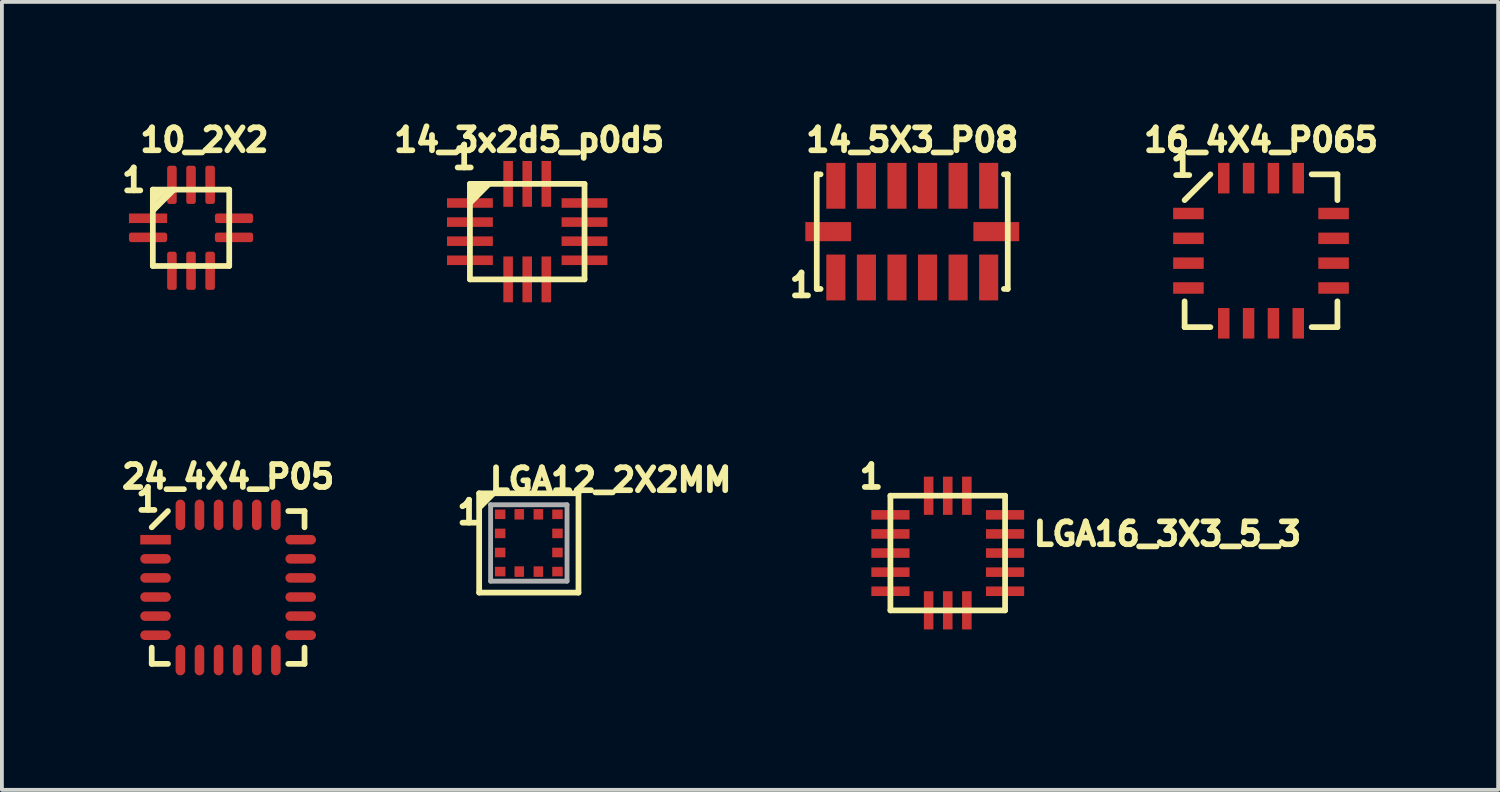
<source format=kicad_pcb>
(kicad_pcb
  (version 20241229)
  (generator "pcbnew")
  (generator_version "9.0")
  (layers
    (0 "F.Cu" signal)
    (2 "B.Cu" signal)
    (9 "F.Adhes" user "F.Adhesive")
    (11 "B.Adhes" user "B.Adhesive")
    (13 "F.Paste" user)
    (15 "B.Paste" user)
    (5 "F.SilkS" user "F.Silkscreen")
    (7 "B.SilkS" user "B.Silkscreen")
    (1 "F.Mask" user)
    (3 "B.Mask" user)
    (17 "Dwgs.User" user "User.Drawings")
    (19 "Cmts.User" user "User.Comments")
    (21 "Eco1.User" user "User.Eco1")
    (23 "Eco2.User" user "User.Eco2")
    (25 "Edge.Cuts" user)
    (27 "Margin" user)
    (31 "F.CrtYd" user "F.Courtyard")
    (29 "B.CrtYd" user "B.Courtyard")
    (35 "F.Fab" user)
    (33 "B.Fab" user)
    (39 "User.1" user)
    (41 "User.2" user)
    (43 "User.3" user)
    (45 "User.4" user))
  (footprint "16_4X4_P065"
    (layer "F.Cu")
    (at 29.962 3.514)
    (property "Reference" "16_4X4_P065" (at 0 -2.9 0) (layer "F.SilkS") (effects (font (size 0.6 0.6) (thickness 0.15))))
    (attr smd)
    (fp_line (start -2 -1.325) (end -1.325 -2) (stroke (width 0.15) (type solid)) (layer "F.SilkS"))
    (fp_line (start -2 2) (end -2 1.325) (stroke (width 0.15) (type solid)) (layer "F.SilkS"))
    (fp_line (start -2 2) (end -1.325 2) (stroke (width 0.15) (type solid)) (layer "F.SilkS"))
    (fp_line (start 2 -2) (end 1.325 -2) (stroke (width 0.15) (type solid)) (layer "F.SilkS"))
    (fp_line (start 2 -2) (end 2 -1.325) (stroke (width 0.15) (type solid)) (layer "F.SilkS"))
    (fp_line (start 2 2) (end 1.325 2) (stroke (width 0.15) (type solid)) (layer "F.SilkS"))
    (fp_line (start 2 2) (end 2 1.325) (stroke (width 0.15) (type solid)) (layer "F.SilkS"))
    (fp_text user "1" (at -2.05 -2.25 0) (layer "F.SilkS") (effects (font (size 0.6 0.6) (thickness 0.15))))
    (pad "1" smd rect (at -1.9 -0.975) (size 0.8 0.3) (layers "F.Cu" "F.Mask" "F.Paste"))
    (pad "2" smd rect (at -1.9 -0.325) (size 0.8 0.3) (layers "F.Cu" "F.Mask" "F.Paste"))
    (pad "3" smd rect (at -1.9 0.325) (size 0.8 0.3) (layers "F.Cu" "F.Mask" "F.Paste"))
    (pad "4" smd rect (at -1.9 0.975) (size 0.8 0.3) (layers "F.Cu" "F.Mask" "F.Paste"))
    (pad "5" smd rect (at -0.975 1.9 90) (size 0.8 0.3) (layers "F.Cu" "F.Mask" "F.Paste"))
    (pad "6" smd rect (at -0.325 1.9 90) (size 0.8 0.3) (layers "F.Cu" "F.Mask" "F.Paste"))
    (pad "7" smd rect (at 0.325 1.9 90) (size 0.8 0.3) (layers "F.Cu" "F.Mask" "F.Paste"))
    (pad "8" smd rect (at 0.975 1.9 90) (size 0.8 0.3) (layers "F.Cu" "F.Mask" "F.Paste"))
    (pad "9" smd rect (at 1.9 0.975) (size 0.8 0.3) (layers "F.Cu" "F.Mask" "F.Paste"))
    (pad "10" smd rect (at 1.9 0.325) (size 0.8 0.3) (layers "F.Cu" "F.Mask" "F.Paste"))
    (pad "11" smd rect (at 1.9 -0.325) (size 0.8 0.3) (layers "F.Cu" "F.Mask" "F.Paste"))
    (pad "12" smd rect (at 1.9 -0.975) (size 0.8 0.3) (layers "F.Cu" "F.Mask" "F.Paste"))
    (pad "13" smd rect (at 0.975 -1.9 90) (size 0.8 0.3) (layers "F.Cu" "F.Mask" "F.Paste"))
    (pad "14" smd rect (at 0.325 -1.9 90) (size 0.8 0.3) (layers "F.Cu" "F.Mask" "F.Paste"))
    (pad "15" smd rect (at -0.325 -1.9 90) (size 0.8 0.3) (layers "F.Cu" "F.Mask" "F.Paste"))
    (pad "16" smd rect (at -0.975 -1.9 90) (size 0.8 0.3) (layers "F.Cu" "F.Mask" "F.Paste")))
  (footprint "10_2X2"
    (layer "F.Cu")
    (at 1.951 2.914)
    (property "Reference" "10_2X2" (at 0.35 -2.3 0) (layer "F.SilkS") (effects (font (size 0.6 0.6) (thickness 0.15))))
    (attr smd)
    (fp_line (start -1 -1) (end 1 -1) (stroke (width 0.15) (type solid)) (layer "F.SilkS"))
    (fp_line (start -1 -0.7) (end -0.75 -0.95) (stroke (width 0.15) (type solid)) (layer "F.SilkS"))
    (fp_line (start -1 -0.5) (end -0.5 -1) (stroke (width 0.15) (type solid)) (layer "F.SilkS"))
    (fp_line (start -1 -0.45) (end -0.55 -0.95) (stroke (width 0.15) (type solid)) (layer "F.SilkS"))
    (fp_line (start -1 -0.45) (end -0.45 -1) (stroke (width 0.15) (type solid)) (layer "F.SilkS"))
    (fp_line (start -1 1) (end -1 -1) (stroke (width 0.15) (type solid)) (layer "F.SilkS"))
    (fp_line (start -0.75 -0.95) (end -0.95 -0.9) (stroke (width 0.15) (type solid)) (layer "F.SilkS"))
    (fp_line (start 1 -1) (end 1 1) (stroke (width 0.15) (type solid)) (layer "F.SilkS"))
    (fp_line (start 1 1) (end -1 1) (stroke (width 0.15) (type solid)) (layer "F.SilkS"))
    (fp_text user "1" (at -1.5 -1.25 0) (layer "F.SilkS") (effects (font (size 0.6 0.6) (thickness 0.15))))
    (pad "1" smd rect (at -1.125 -0.25 90) (size 0.25 1) (layers "F.Cu" "F.Mask" "F.Paste"))
    (pad "2" smd roundrect (at -1.125 0.25 90) (size 0.25 1) (layers "F.Cu" "F.Mask" "F.Paste") (roundrect_rratio 0.25))
    (pad "3" smd roundrect (at -0.5 1.125) (size 0.25 1) (layers "F.Cu" "F.Mask" "F.Paste") (roundrect_rratio 0.25))
    (pad "4" smd roundrect (at 0 1.125) (size 0.25 1) (layers "F.Cu" "F.Mask" "F.Paste") (roundrect_rratio 0.25))
    (pad "5" smd roundrect (at 0.5 1.125) (size 0.25 1) (layers "F.Cu" "F.Mask" "F.Paste") (roundrect_rratio 0.25))
    (pad "6" smd roundrect (at 1.125 0.25 90) (size 0.25 1) (layers "F.Cu" "F.Mask" "F.Paste") (roundrect_rratio 0.25))
    (pad "7" smd roundrect (at 1.125 -0.25 90) (size 0.25 1) (layers "F.Cu" "F.Mask" "F.Paste") (roundrect_rratio 0.25))
    (pad "8" smd roundrect (at 0.5 -1.125) (size 0.25 1) (layers "F.Cu" "F.Mask" "F.Paste") (roundrect_rratio 0.25))
    (pad "9" smd roundrect (at 0 -1.125) (size 0.25 1) (layers "F.Cu" "F.Mask" "F.Paste") (roundrect_rratio 0.25))
    (pad "10" smd roundrect (at -0.5 -1.125) (size 0.25 1) (layers "F.Cu" "F.Mask" "F.Paste") (roundrect_rratio 0.25)))
  (footprint "14_3x2d5_p0d5"
    (layer "F.Cu")
    (at 10.752 3.014)
    (property "Reference" "14_3x2d5_p0d5" (at 0.05 -2.4 0) (layer "F.SilkS") (effects (font (size 0.6 0.6) (thickness 0.15))))
    (attr through_hole)
    (fp_line (start -1.5 -1.25) (end 1.5 -1.25) (stroke (width 0.15) (type solid)) (layer "F.SilkS"))
    (fp_line (start -1.5 -0.9) (end -1.1 -1.25) (stroke (width 0.15) (type solid)) (layer "F.SilkS"))
    (fp_line (start -1.5 -0.75) (end -1 -1.25) (stroke (width 0.15) (type solid)) (layer "F.SilkS"))
    (fp_line (start -1.5 1.25) (end -1.5 -1.25) (stroke (width 0.15) (type solid)) (layer "F.SilkS"))
    (fp_line (start -1.1 -1.25) (end -1.45 -1.1) (stroke (width 0.15) (type solid)) (layer "F.SilkS"))
    (fp_line (start 1.5 -1.25) (end 1.5 1.25) (stroke (width 0.15) (type solid)) (layer "F.SilkS"))
    (fp_line (start 1.5 1.25) (end -1.5 1.25) (stroke (width 0.15) (type solid)) (layer "F.SilkS"))
    (fp_text user "1" (at -1.65 -1.95 0) (layer "F.SilkS") (effects (font (size 0.6 0.6) (thickness 0.15))))
    (pad "1" smd rect (at -1.5 -0.75) (size 1.2 0.25) (layers "F.Cu" "F.Mask" "F.Paste"))
    (pad "2" smd rect (at -1.5 -0.25) (size 1.2 0.25) (layers "F.Cu" "F.Mask" "F.Paste"))
    (pad "3" smd rect (at -1.5 0.25) (size 1.2 0.25) (layers "F.Cu" "F.Mask" "F.Paste"))
    (pad "4" smd rect (at -1.5 0.75) (size 1.2 0.25) (layers "F.Cu" "F.Mask" "F.Paste"))
    (pad "5" smd rect (at -0.5 1.25 90) (size 1.2 0.25) (layers "F.Cu" "F.Mask" "F.Paste"))
    (pad "6" smd rect (at 0 1.25 90) (size 1.2 0.25) (layers "F.Cu" "F.Mask" "F.Paste"))
    (pad "7" smd rect (at 0.5 1.25 90) (size 1.2 0.25) (layers "F.Cu" "F.Mask" "F.Paste"))
    (pad "8" smd rect (at 1.5 0.75) (size 1.2 0.25) (layers "F.Cu" "F.Mask" "F.Paste"))
    (pad "9" smd rect (at 1.5 0.25) (size 1.2 0.25) (layers "F.Cu" "F.Mask" "F.Paste"))
    (pad "10" smd rect (at 1.5 -0.25) (size 1.2 0.25) (layers "F.Cu" "F.Mask" "F.Paste"))
    (pad "11" smd rect (at 1.5 -0.75) (size 1.2 0.25) (layers "F.Cu" "F.Mask" "F.Paste"))
    (pad "12" smd rect (at 0.5 -1.25 90) (size 1.2 0.25) (layers "F.Cu" "F.Mask" "F.Paste"))
    (pad "13" smd rect (at 0 -1.25 90) (size 1.2 0.25) (layers "F.Cu" "F.Mask" "F.Paste"))
    (pad "14" smd rect (at -0.5 -1.25 90) (size 1.2 0.25) (layers "F.Cu" "F.Mask" "F.Paste")))
  (footprint "14_5X3_P08"
    (layer "F.Cu")
    (at 20.832 3.014)
    (property "Reference" "14_5X3_P08" (at 0 -2.4 0) (layer "F.SilkS") (effects (font (size 0.6 0.6) (thickness 0.15))))
    (attr smd)
    (fp_line (start -2.5 -1.5) (end -2.5 1.5) (stroke (width 0.15) (type solid)) (layer "F.SilkS"))
    (fp_line (start -2.5 -1.5) (end -2.4 -1.5) (stroke (width 0.15) (type solid)) (layer "F.SilkS"))
    (fp_line (start -2.5 1.5) (end -2.4 1.5) (stroke (width 0.15) (type solid)) (layer "F.SilkS"))
    (fp_line (start 2.5 -1.5) (end 2.4 -1.5) (stroke (width 0.15) (type solid)) (layer "F.SilkS"))
    (fp_line (start 2.5 -1.5) (end 2.5 1.5) (stroke (width 0.15) (type solid)) (layer "F.SilkS"))
    (fp_line (start 2.5 1.5) (end 2.4 1.5) (stroke (width 0.15) (type solid)) (layer "F.SilkS"))
    (fp_text user "1" (at -2.9 1.4 0) (layer "F.SilkS") (effects (font (size 0.6 0.6) (thickness 0.15))))
    (pad "1" smd rect (at -2 1.2) (size 0.5 1.2) (layers "F.Cu" "F.Mask" "F.Paste"))
    (pad "2" smd rect (at -1.2 1.2) (size 0.5 1.2) (layers "F.Cu" "F.Mask" "F.Paste"))
    (pad "3" smd rect (at -0.4 1.2) (size 0.5 1.2) (layers "F.Cu" "F.Mask" "F.Paste"))
    (pad "4" smd rect (at 0.4 1.2) (size 0.5 1.2) (layers "F.Cu" "F.Mask" "F.Paste"))
    (pad "5" smd rect (at 1.2 1.2) (size 0.5 1.2) (layers "F.Cu" "F.Mask" "F.Paste"))
    (pad "6" smd rect (at 2 1.2) (size 0.5 1.2) (layers "F.Cu" "F.Mask" "F.Paste"))
    (pad "7" smd rect (at 2.2 0 90) (size 0.5 1.2) (layers "F.Cu" "F.Mask" "F.Paste"))
    (pad "8" smd rect (at 2 -1.2) (size 0.5 1.2) (layers "F.Cu" "F.Mask" "F.Paste"))
    (pad "9" smd rect (at 1.2 -1.2) (size 0.5 1.2) (layers "F.Cu" "F.Mask" "F.Paste"))
    (pad "10" smd rect (at 0.4 -1.2) (size 0.5 1.2) (layers "F.Cu" "F.Mask" "F.Paste"))
    (pad "11" smd rect (at -0.4 -1.2) (size 0.5 1.2) (layers "F.Cu" "F.Mask" "F.Paste"))
    (pad "12" smd rect (at -1.2 -1.2) (size 0.5 1.2) (layers "F.Cu" "F.Mask" "F.Paste"))
    (pad "13" smd rect (at -2 -1.2) (size 0.5 1.2) (layers "F.Cu" "F.Mask" "F.Paste"))
    (pad "14" smd rect (at -2.2 0 90) (size 0.5 1.2) (layers "F.Cu" "F.Mask" "F.Paste")))
  (footprint "LGA12_2X2MM"
    (layer "F.Cu")
    (at 10.794 11.164)
    (property "Reference" "LGA12_2X2MM" (at -1.1 -1.3 0) (unlocked yes) (layer "F.SilkS") (effects (font (size 0.6 0.6) (thickness 0.15)) (justify left bottom)))
    (fp_line (start -1.3 -1.3) (end 1.3 -1.3) (stroke (width 0.15) (type solid)) (layer "F.SilkS"))
    (fp_line (start -1.3 1.3) (end -1.3 -1.3) (stroke (width 0.15) (type solid)) (layer "F.SilkS"))
    (fp_line (start 1.3 -1.3) (end 1.3 1.3) (stroke (width 0.15) (type solid)) (layer "F.SilkS"))
    (fp_line (start 1.3 1.3) (end -1.3 1.3) (stroke (width 0.15) (type solid)) (layer "F.SilkS"))
    (fp_poly (pts (xy -1.3 -1.3) (xy -0.9 -1.3) (xy -1.3 -0.9)) (stroke (width 0.12) (type solid)) (fill yes) (layer "F.SilkS"))
    (fp_line (start -1 -1) (end 1 -1) (stroke (width 0.127) (type solid)) (layer "F.Fab"))
    (fp_line (start -1 1) (end -1 -1) (stroke (width 0.127) (type solid)) (layer "F.Fab"))
    (fp_line (start 1 -1) (end 1 1) (stroke (width 0.127) (type solid)) (layer "F.Fab"))
    (fp_line (start 1 1) (end -1 1) (stroke (width 0.127) (type solid)) (layer "F.Fab"))
    (fp_text user "1" (at -1.95 -0.45 0) (unlocked yes) (layer "F.SilkS") (effects (font (size 0.6 0.6) (thickness 0.15)) (justify left bottom)))
    (pad "1" smd rect (at -0.75 -0.75) (size 0.275 0.25) (layers "F.Cu" "F.Mask" "F.Paste"))
    (pad "2" smd rect (at -0.75 -0.25) (size 0.275 0.25) (layers "F.Cu" "F.Mask" "F.Paste"))
    (pad "3" smd rect (at -0.75 0.25) (size 0.275 0.25) (layers "F.Cu" "F.Mask" "F.Paste"))
    (pad "4" smd rect (at -0.75 0.75) (size 0.275 0.25) (layers "F.Cu" "F.Mask" "F.Paste"))
    (pad "5" smd rect (at -0.25 0.75 90) (size 0.275 0.25) (layers "F.Cu" "F.Mask" "F.Paste"))
    (pad "6" smd rect (at 0.25 0.75 90) (size 0.275 0.25) (layers "F.Cu" "F.Mask" "F.Paste"))
    (pad "7" smd rect (at 0.75 0.75 180) (size 0.275 0.25) (layers "F.Cu" "F.Mask" "F.Paste"))
    (pad "8" smd rect (at 0.75 0.25 180) (size 0.275 0.25) (layers "F.Cu" "F.Mask" "F.Paste"))
    (pad "9" smd rect (at 0.75 -0.25 180) (size 0.275 0.25) (layers "F.Cu" "F.Mask" "F.Paste"))
    (pad "10" smd rect (at 0.75 -0.75 180) (size 0.275 0.25) (layers "F.Cu" "F.Mask" "F.Paste"))
    (pad "11" smd rect (at 0.25 -0.75 270) (size 0.275 0.25) (layers "F.Cu" "F.Mask" "F.Paste"))
    (pad "12" smd rect (at -0.25 -0.75 270) (size 0.275 0.25) (layers "F.Cu" "F.Mask" "F.Paste")))
  (footprint "24_4X4_P05"
    (layer "F.Cu")
    (at 2.922 12.329)
    (property "Reference" "24_4X4_P05" (at 0 -2.9 0) (layer "F.SilkS") (effects (font (size 0.6 0.6) (thickness 0.15))))
    (attr smd)
    (fp_line (start -2 -1.575) (end -1.575 -2) (stroke (width 0.15) (type solid)) (layer "F.SilkS"))
    (fp_line (start -2 2) (end -2 1.575) (stroke (width 0.15) (type solid)) (layer "F.SilkS"))
    (fp_line (start -2 2) (end -1.575 2) (stroke (width 0.15) (type solid)) (layer "F.SilkS"))
    (fp_line (start 2 -2) (end 1.575 -2) (stroke (width 0.15) (type solid)) (layer "F.SilkS"))
    (fp_line (start 2 -2) (end 2 -1.575) (stroke (width 0.15) (type solid)) (layer "F.SilkS"))
    (fp_line (start 2 2) (end 1.575 2) (stroke (width 0.15) (type solid)) (layer "F.SilkS"))
    (fp_line (start 2 2) (end 2 1.575) (stroke (width 0.15) (type solid)) (layer "F.SilkS"))
    (fp_text user "1" (at -2.1 -2.3 0) (layer "F.SilkS") (effects (font (size 0.6 0.6) (thickness 0.15))))
    (pad "1" smd rect (at -1.9 -1.25) (size 0.8 0.25) (layers "F.Cu" "F.Mask" "F.Paste"))
    (pad "2" smd oval (at -1.9 -0.75) (size 0.8 0.25) (layers "F.Cu" "F.Mask" "F.Paste"))
    (pad "3" smd oval (at -1.9 -0.25) (size 0.8 0.25) (layers "F.Cu" "F.Mask" "F.Paste"))
    (pad "4" smd oval (at -1.9 0.25) (size 0.8 0.25) (layers "F.Cu" "F.Mask" "F.Paste"))
    (pad "5" smd oval (at -1.9 0.75) (size 0.8 0.25) (layers "F.Cu" "F.Mask" "F.Paste"))
    (pad "6" smd oval (at -1.9 1.25) (size 0.8 0.25) (layers "F.Cu" "F.Mask" "F.Paste"))
    (pad "7" smd oval (at -1.25 1.9 90) (size 0.8 0.25) (layers "F.Cu" "F.Mask" "F.Paste"))
    (pad "8" smd oval (at -0.75 1.9 90) (size 0.8 0.25) (layers "F.Cu" "F.Mask" "F.Paste"))
    (pad "9" smd oval (at -0.25 1.9 90) (size 0.8 0.25) (layers "F.Cu" "F.Mask" "F.Paste"))
    (pad "10" smd oval (at 0.25 1.9 90) (size 0.8 0.25) (layers "F.Cu" "F.Mask" "F.Paste"))
    (pad "11" smd oval (at 0.75 1.9 90) (size 0.8 0.25) (layers "F.Cu" "F.Mask" "F.Paste"))
    (pad "12" smd oval (at 1.25 1.9 90) (size 0.8 0.25) (layers "F.Cu" "F.Mask" "F.Paste"))
    (pad "13" smd oval (at 1.9 1.25) (size 0.8 0.25) (layers "F.Cu" "F.Mask" "F.Paste"))
    (pad "14" smd oval (at 1.9 0.75) (size 0.8 0.25) (layers "F.Cu" "F.Mask" "F.Paste"))
    (pad "15" smd oval (at 1.9 0.25) (size 0.8 0.25) (layers "F.Cu" "F.Mask" "F.Paste"))
    (pad "16" smd oval (at 1.9 -0.25) (size 0.8 0.25) (layers "F.Cu" "F.Mask" "F.Paste"))
    (pad "17" smd oval (at 1.9 -0.75) (size 0.8 0.25) (layers "F.Cu" "F.Mask" "F.Paste"))
    (pad "18" smd oval (at 1.9 -1.25) (size 0.8 0.25) (layers "F.Cu" "F.Mask" "F.Paste"))
    (pad "19" smd oval (at 1.25 -1.9 90) (size 0.8 0.25) (layers "F.Cu" "F.Mask" "F.Paste"))
    (pad "20" smd oval (at 0.75 -1.9 90) (size 0.8 0.25) (layers "F.Cu" "F.Mask" "F.Paste"))
    (pad "21" smd oval (at 0.25 -1.9 90) (size 0.8 0.25) (layers "F.Cu" "F.Mask" "F.Paste"))
    (pad "22" smd oval (at -0.25 -1.9 90) (size 0.8 0.25) (layers "F.Cu" "F.Mask" "F.Paste"))
    (pad "23" smd oval (at -0.75 -1.9 90) (size 0.8 0.25) (layers "F.Cu" "F.Mask" "F.Paste"))
    (pad "24" smd oval (at -1.25 -1.9 90) (size 0.8 0.25) (layers "F.Cu" "F.Mask" "F.Paste")))
  (footprint "LGA16_3X3_5_3"
    (layer "F.Cu")
    (at 21.761 11.428)
    (property "Reference" "LGA16_3X3_5_3" (at 5.751 -0.5 0) (layer "F.SilkS") (effects (font (size 0.599 0.599) (thickness 0.15))))
    (attr through_hole)
    (fp_line (start -1.501 -1.501) (end 1.501 -1.501) (stroke (width 0.15) (type solid)) (layer "F.SilkS"))
    (fp_line (start -1.501 1.501) (end -1.501 -1.501) (stroke (width 0.15) (type solid)) (layer "F.SilkS"))
    (fp_line (start 1.501 -1.501) (end 1.501 1.501) (stroke (width 0.15) (type solid)) (layer "F.SilkS"))
    (fp_line (start 1.501 1.501) (end -1.501 1.501) (stroke (width 0.15) (type solid)) (layer "F.SilkS"))
    (fp_text user "1" (at -2 -2 0) (layer "F.SilkS") (effects (font (size 0.6 0.6) (thickness 0.15))))
    (pad "1" smd rect (at -1.5 -1) (size 1 0.25) (layers "F.Cu" "F.Mask" "F.Paste"))
    (pad "2" smd rect (at -1.5 -0.5) (size 1 0.25) (layers "F.Cu" "F.Mask" "F.Paste"))
    (pad "3" smd rect (at -1.5 0) (size 1 0.25) (layers "F.Cu" "F.Mask" "F.Paste"))
    (pad "4" smd rect (at -1.5 0.5) (size 1 0.25) (layers "F.Cu" "F.Mask" "F.Paste"))
    (pad "5" smd rect (at -1.5 1) (size 1 0.25) (layers "F.Cu" "F.Mask" "F.Paste"))
    (pad "6" smd rect (at -0.5 1.5 90) (size 1 0.25) (layers "F.Cu" "F.Mask" "F.Paste"))
    (pad "7" smd rect (at 0 1.5 90) (size 1 0.25) (layers "F.Cu" "F.Mask" "F.Paste"))
    (pad "8" smd rect (at 0.5 1.5 90) (size 1 0.25) (layers "F.Cu" "F.Mask" "F.Paste"))
    (pad "9" smd rect (at 1.5 1) (size 1 0.25) (layers "F.Cu" "F.Mask" "F.Paste"))
    (pad "10" smd rect (at 1.5 0.5) (size 1 0.25) (layers "F.Cu" "F.Mask" "F.Paste"))
    (pad "11" smd rect (at 1.5 0) (size 1 0.25) (layers "F.Cu" "F.Mask" "F.Paste"))
    (pad "12" smd rect (at 1.5 -0.5) (size 1 0.25) (layers "F.Cu" "F.Mask" "F.Paste"))
    (pad "13" smd rect (at 1.5 -1) (size 1 0.25) (layers "F.Cu" "F.Mask" "F.Paste"))
    (pad "14" smd rect (at 0.5 -1.5 90) (size 1 0.25) (layers "F.Cu" "F.Mask" "F.Paste"))
    (pad "15" smd rect (at 0 -1.5 90) (size 1 0.25) (layers "F.Cu" "F.Mask" "F.Paste"))
    (pad "16" smd rect (at -0.5 -1.5 90) (size 1 0.25) (layers "F.Cu" "F.Mask" "F.Paste")))
  (gr_rect
    (start -3 -3)
    (end 36.17 17.628)
    (stroke (width 0.1) (type default))
    (fill no)
    (layer "Edge.Cuts")))
</source>
